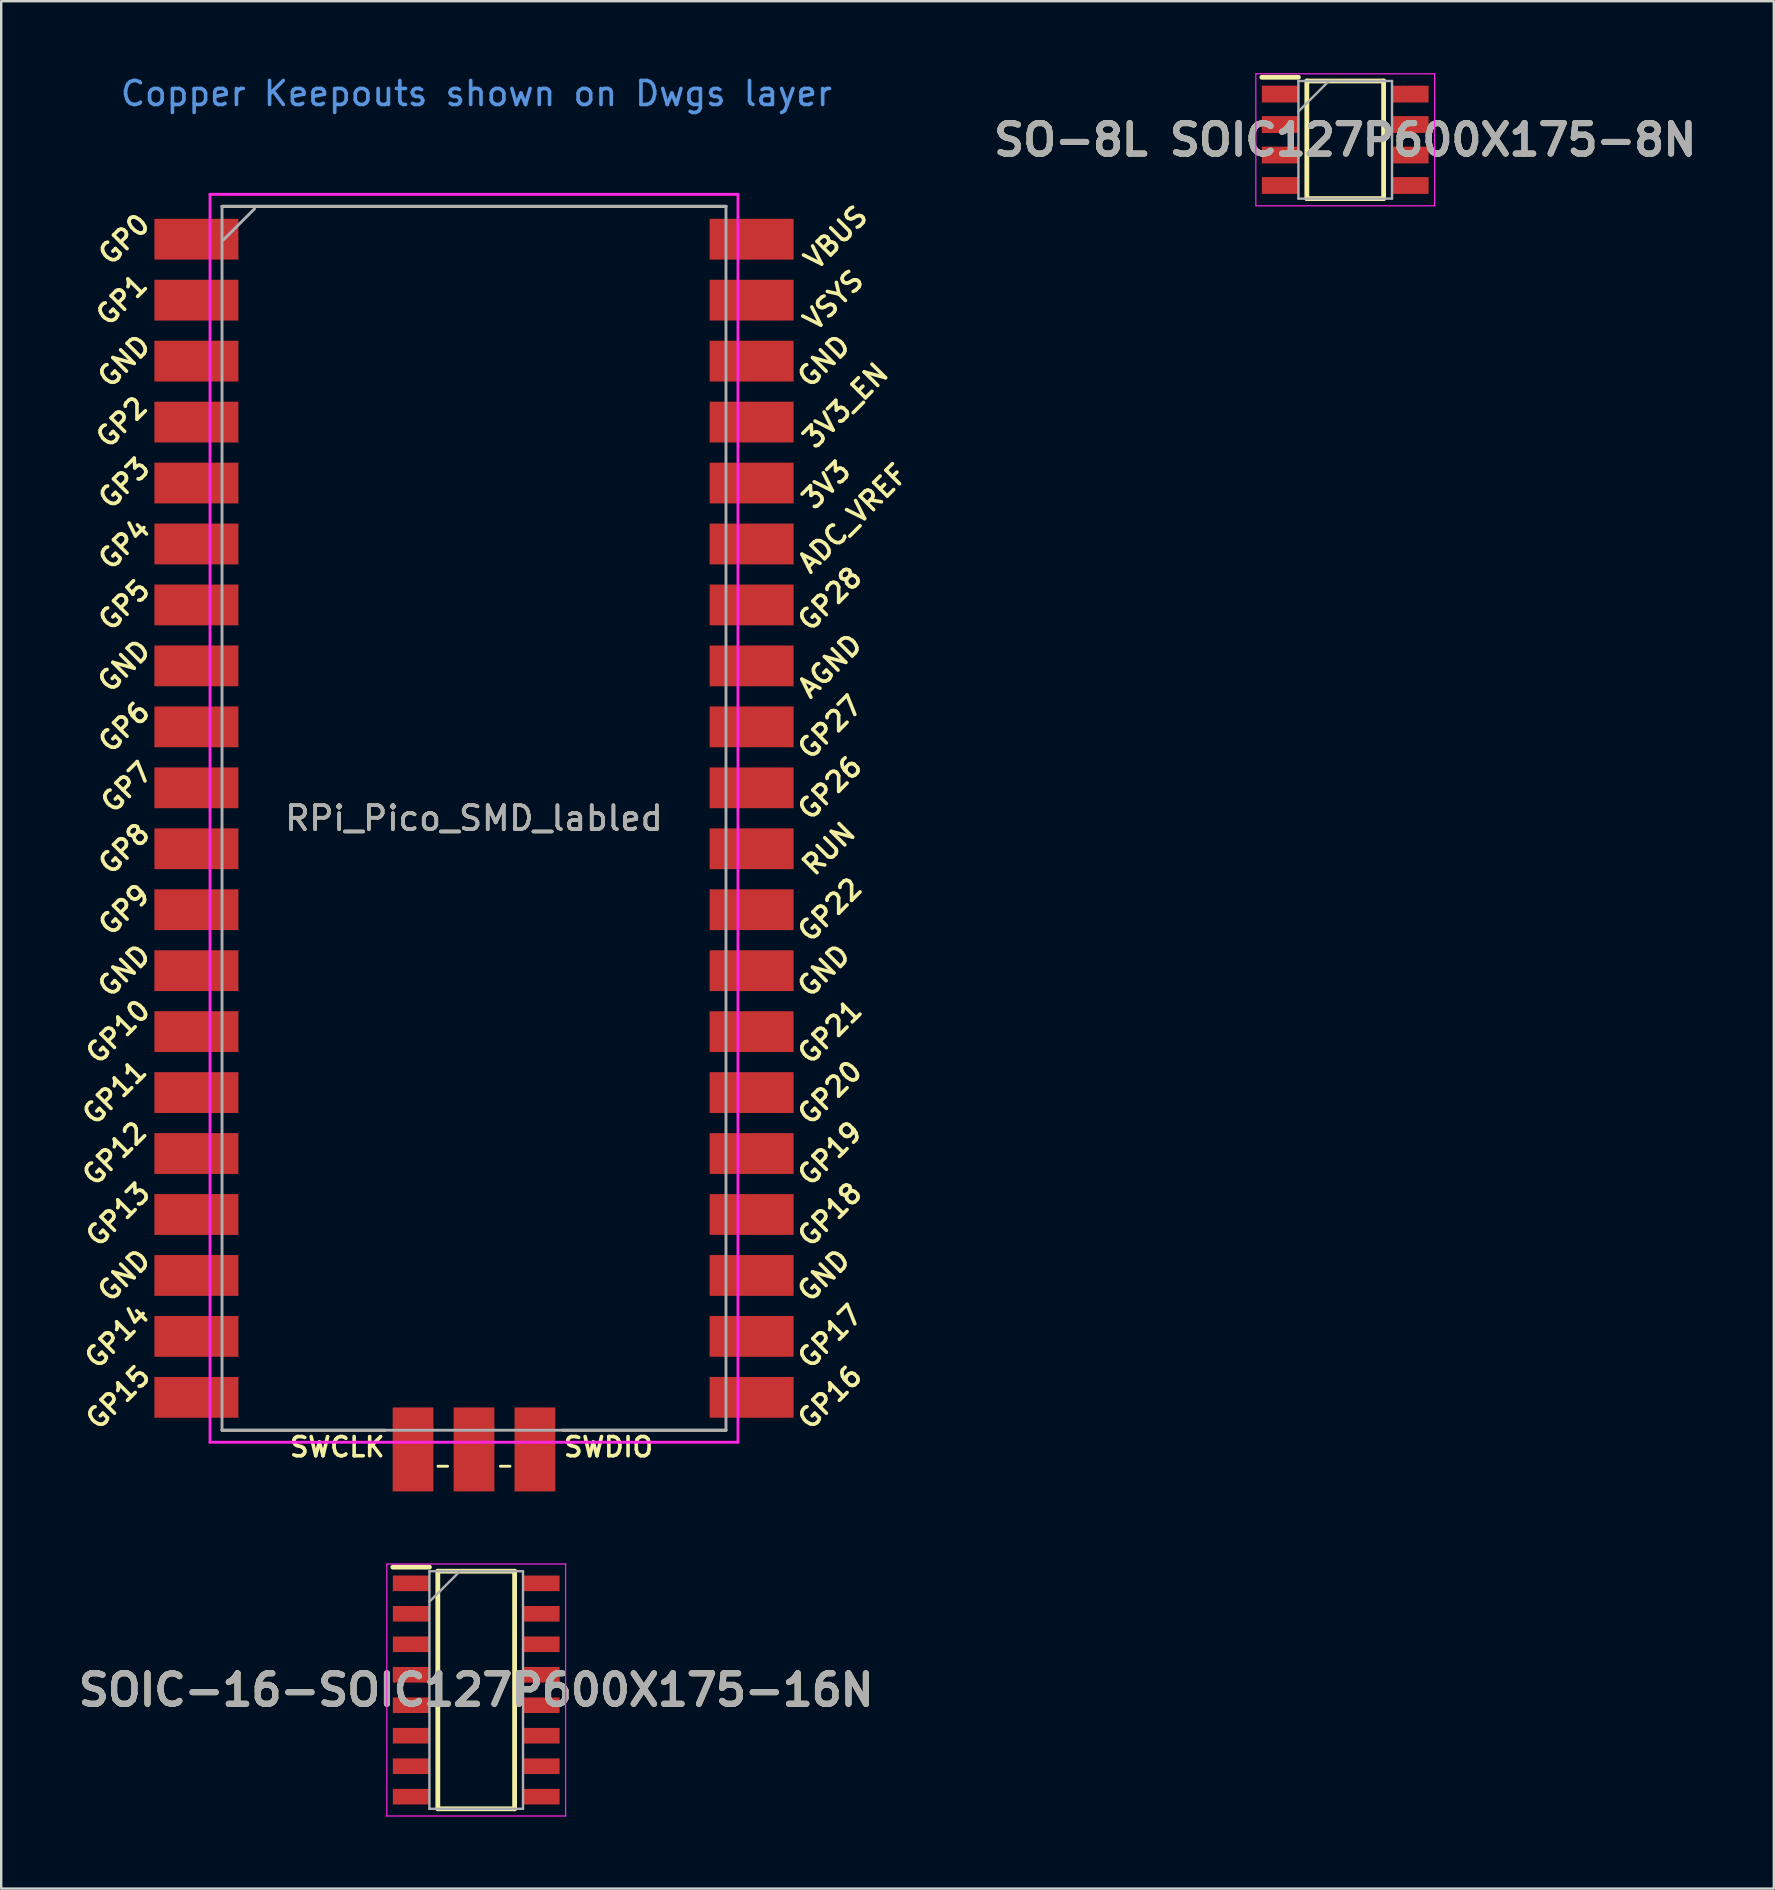
<source format=kicad_pcb>
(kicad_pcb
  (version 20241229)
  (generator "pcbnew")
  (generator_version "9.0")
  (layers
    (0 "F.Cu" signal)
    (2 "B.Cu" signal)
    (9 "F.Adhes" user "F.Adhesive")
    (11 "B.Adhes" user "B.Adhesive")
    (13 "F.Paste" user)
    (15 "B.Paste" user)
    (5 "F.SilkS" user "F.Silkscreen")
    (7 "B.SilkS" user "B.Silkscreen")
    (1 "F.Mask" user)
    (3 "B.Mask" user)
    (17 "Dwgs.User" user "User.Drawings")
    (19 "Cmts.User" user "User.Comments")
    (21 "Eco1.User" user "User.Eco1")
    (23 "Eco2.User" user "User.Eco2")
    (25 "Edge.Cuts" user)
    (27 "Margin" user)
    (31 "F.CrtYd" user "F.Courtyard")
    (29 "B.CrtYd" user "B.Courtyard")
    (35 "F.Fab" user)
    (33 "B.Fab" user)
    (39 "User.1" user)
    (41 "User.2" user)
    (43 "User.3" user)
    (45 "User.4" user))
  (footprint "SO-8L SOIC127P600X175-8N"
    (layer "F.Cu")
    (at 53.006 2.775)
    (property "Reference" "SO-8L SOIC127P600X175-8N" (at 0 0 0) (layer "F.SilkS") (effects (font (size 1.27 1.27) (thickness 0.254))))
    (attr smd)
    (fp_line (start -3.475 -2.605) (end -1.95 -2.605) (stroke (width 0.2) (type solid)) (layer "F.SilkS"))
    (fp_line (start -1.6 -2.45) (end 1.6 -2.45) (stroke (width 0.2) (type solid)) (layer "F.SilkS"))
    (fp_line (start -1.6 2.45) (end -1.6 -2.45) (stroke (width 0.2) (type solid)) (layer "F.SilkS"))
    (fp_line (start 1.6 -2.45) (end 1.6 2.45) (stroke (width 0.2) (type solid)) (layer "F.SilkS"))
    (fp_line (start 1.6 2.45) (end -1.6 2.45) (stroke (width 0.2) (type solid)) (layer "F.SilkS"))
    (fp_line (start -3.725 -2.75) (end 3.725 -2.75) (stroke (width 0.05) (type solid)) (layer "F.CrtYd"))
    (fp_line (start -3.725 2.75) (end -3.725 -2.75) (stroke (width 0.05) (type solid)) (layer "F.CrtYd"))
    (fp_line (start 3.725 -2.75) (end 3.725 2.75) (stroke (width 0.05) (type solid)) (layer "F.CrtYd"))
    (fp_line (start 3.725 2.75) (end -3.725 2.75) (stroke (width 0.05) (type solid)) (layer "F.CrtYd"))
    (fp_line (start -1.95 -2.45) (end 1.95 -2.45) (stroke (width 0.1) (type solid)) (layer "F.Fab"))
    (fp_line (start -1.95 -1.18) (end -0.68 -2.45) (stroke (width 0.1) (type solid)) (layer "F.Fab"))
    (fp_line (start -1.95 2.45) (end -1.95 -2.45) (stroke (width 0.1) (type solid)) (layer "F.Fab"))
    (fp_line (start 1.95 -2.45) (end 1.95 2.45) (stroke (width 0.1) (type solid)) (layer "F.Fab"))
    (fp_line (start 1.95 2.45) (end -1.95 2.45) (stroke (width 0.1) (type solid)) (layer "F.Fab"))
    (fp_text user "${REFERENCE}" (at 0 0 0) (layer "F.Fab") (effects (font (size 1.27 1.27) (thickness 0.254))))
    (pad "1" smd rect (at -2.712 -1.905 90) (size 0.7 1.525) (layers "F.Cu" "F.Mask" "F.Paste"))
    (pad "2" smd rect (at -2.712 -0.635 90) (size 0.7 1.525) (layers "F.Cu" "F.Mask" "F.Paste"))
    (pad "3" smd rect (at -2.712 0.635 90) (size 0.7 1.525) (layers "F.Cu" "F.Mask" "F.Paste"))
    (pad "4" smd rect (at -2.712 1.905 90) (size 0.7 1.525) (layers "F.Cu" "F.Mask" "F.Paste"))
    (pad "5" smd rect (at 2.712 1.905 90) (size 0.7 1.525) (layers "F.Cu" "F.Mask" "F.Paste"))
    (pad "6" smd rect (at 2.712 0.635 90) (size 0.7 1.525) (layers "F.Cu" "F.Mask" "F.Paste"))
    (pad "7" smd rect (at 2.712 -0.635 90) (size 0.7 1.525) (layers "F.Cu" "F.Mask" "F.Paste"))
    (pad "8" smd rect (at 2.712 -1.905 90) (size 0.7 1.525) (layers "F.Cu" "F.Mask" "F.Paste")))
  (footprint "RPi_Pico_SMD_labled"
    (layer "F.Cu")
    (at 16.702 31.048)
    (property "Reference" "RPi_Pico_SMD_labled" (at 0 0 180) (layer "F.SilkS") (effects (font (size 1 1) (thickness 0.15))))
    (attr smd)
    (fp_line (start -10.5 -25.5) (end 10.5 -25.5) (stroke (width 0.12) (type solid)) (layer "F.SilkS"))
    (fp_line (start -3.7 25.5) (end -10.5 25.5) (stroke (width 0.12) (type solid)) (layer "F.SilkS"))
    (fp_line (start -1.5 27) (end -1.1 27) (stroke (width 0.12) (type solid)) (layer "F.SilkS"))
    (fp_line (start 1.1 27) (end 1.5 27) (stroke (width 0.12) (type solid)) (layer "F.SilkS"))
    (fp_line (start 10.5 25.5) (end 3.7 25.5) (stroke (width 0.12) (type solid)) (layer "F.SilkS"))
    (fp_line (start -11 -26) (end 11 -26) (stroke (width 0.12) (type solid)) (layer "F.CrtYd"))
    (fp_line (start -11 26) (end -11 -26) (stroke (width 0.12) (type solid)) (layer "F.CrtYd"))
    (fp_line (start 11 -26) (end 11 26) (stroke (width 0.12) (type solid)) (layer "F.CrtYd"))
    (fp_line (start 11 26) (end -11 26) (stroke (width 0.12) (type solid)) (layer "F.CrtYd"))
    (fp_line (start -10.5 -25.5) (end 10.5 -25.5) (stroke (width 0.12) (type solid)) (layer "F.Fab"))
    (fp_line (start -10.5 25.5) (end -10.5 -25.5) (stroke (width 0.12) (type solid)) (layer "F.Fab"))
    (fp_line (start -10.444 -24.1) (end -9.144 -25.4) (stroke (width 0.12) (type solid)) (layer "F.Fab"))
    (fp_line (start 10.5 -25.5) (end 10.5 25.5) (stroke (width 0.12) (type solid)) (layer "F.Fab"))
    (fp_line (start 10.5 25.5) (end -10.5 25.5) (stroke (width 0.12) (type solid)) (layer "F.Fab"))
    (fp_text user "VSYS" (at 14.978 -21.59 225) (layer "F.SilkS") (effects (font (size 0.8 0.8) (thickness 0.15))))
    (fp_text user "3V3" (at 14.678 -13.9 225) (layer "F.SilkS") (effects (font (size 0.8 0.8) (thickness 0.15))))
    (fp_text user "GP12" (at -14.978 13.97 225) (layer "F.SilkS") (effects (font (size 0.8 0.8) (thickness 0.15))))
    (fp_text user "ADC_VREF" (at 15.778 -12.5 225) (layer "F.SilkS") (effects (font (size 0.8 0.8) (thickness 0.15))))
    (fp_text user "GP0" (at -14.578 -24.13 225) (layer "F.SilkS") (effects (font (size 0.8 0.8) (thickness 0.15))))
    (fp_text user "VBUS" (at 15.078 -24.2 225) (layer "F.SilkS") (effects (font (size 0.8 0.8) (thickness 0.15))))
    (fp_text user "GP5" (at -14.578 -8.89 225) (layer "F.SilkS") (effects (font (size 0.8 0.8) (thickness 0.15))))
    (fp_text user "GP14" (at -14.878 21.59 225) (layer "F.SilkS") (effects (font (size 0.8 0.8) (thickness 0.15))))
    (fp_text user "GP20" (at 14.832 11.43 225) (layer "F.SilkS") (effects (font (size 0.8 0.8) (thickness 0.15))))
    (fp_text user "GP21" (at 14.832 8.9 225) (layer "F.SilkS") (effects (font (size 0.8 0.8) (thickness 0.15))))
    (fp_text user "GND" (at -14.578 -6.35 225) (layer "F.SilkS") (effects (font (size 0.8 0.8) (thickness 0.15))))
    (fp_text user "GP7" (at -14.478 -1.3 225) (layer "F.SilkS") (effects (font (size 0.8 0.8) (thickness 0.15))))
    (fp_text user "GND" (at -14.578 6.35 225) (layer "F.SilkS") (effects (font (size 0.8 0.8) (thickness 0.15))))
    (fp_text user "GND" (at -14.578 19.05 225) (layer "F.SilkS") (effects (font (size 0.8 0.8) (thickness 0.15))))
    (fp_text user "GP10" (at -14.832 8.89 225) (layer "F.SilkS") (effects (font (size 0.8 0.8) (thickness 0.15))))
    (fp_text user "GP11" (at -14.978 11.43 225) (layer "F.SilkS") (effects (font (size 0.8 0.8) (thickness 0.15))))
    (fp_text user "GP3" (at -14.578 -13.97 225) (layer "F.SilkS") (effects (font (size 0.8 0.8) (thickness 0.15))))
    (fp_text user "GP26" (at 14.832 -1.27 225) (layer "F.SilkS") (effects (font (size 0.8 0.8) (thickness 0.15))))
    (fp_text user "GP13" (at -14.832 16.51 225) (layer "F.SilkS") (effects (font (size 0.8 0.8) (thickness 0.15))))
    (fp_text user "GND" (at -14.578 -19.05 225) (layer "F.SilkS") (effects (font (size 0.8 0.8) (thickness 0.15))))
    (fp_text user "GP8" (at -14.578 1.27 225) (layer "F.SilkS") (effects (font (size 0.8 0.8) (thickness 0.15))))
    (fp_text user "GP4" (at -14.578 -11.43 225) (layer "F.SilkS") (effects (font (size 0.8 0.8) (thickness 0.15))))
    (fp_text user "GP18" (at 14.832 16.51 225) (layer "F.SilkS") (effects (font (size 0.8 0.8) (thickness 0.15))))
    (fp_text user "GP16" (at 14.832 24.13 225) (layer "F.SilkS") (effects (font (size 0.8 0.8) (thickness 0.15))))
    (fp_text user "GND" (at 14.578 6.35 225) (layer "F.SilkS") (effects (font (size 0.8 0.8) (thickness 0.15))))
    (fp_text user "GP27" (at 14.832 -3.8 225) (layer "F.SilkS") (effects (font (size 0.8 0.8) (thickness 0.15))))
    (fp_text user "SWCLK" (at -5.7 26.2 180) (layer "F.SilkS") (effects (font (size 0.8 0.8) (thickness 0.15))))
    (fp_text user "GP17" (at 14.832 21.59 225) (layer "F.SilkS") (effects (font (size 0.8 0.8) (thickness 0.15))))
    (fp_text user "GP9" (at -14.578 3.81 225) (layer "F.SilkS") (effects (font (size 0.8 0.8) (thickness 0.15))))
    (fp_text user "GP28" (at 14.832 -9.144 225) (layer "F.SilkS") (effects (font (size 0.8 0.8) (thickness 0.15))))
    (fp_text user "SWDIO" (at 5.6 26.2 180) (layer "F.SilkS") (effects (font (size 0.8 0.8) (thickness 0.15))))
    (fp_text user "AGND" (at 14.832 -6.35 225) (layer "F.SilkS") (effects (font (size 0.8 0.8) (thickness 0.15))))
    (fp_text user "GP1" (at -14.678 -21.6 225) (layer "F.SilkS") (effects (font (size 0.8 0.8) (thickness 0.15))))
    (fp_text user "GP2" (at -14.678 -16.51 225) (layer "F.SilkS") (effects (font (size 0.8 0.8) (thickness 0.15))))
    (fp_text user "GND" (at 14.578 19.05 225) (layer "F.SilkS") (effects (font (size 0.8 0.8) (thickness 0.15))))
    (fp_text user "GP6" (at -14.578 -3.81 225) (layer "F.SilkS") (effects (font (size 0.8 0.8) (thickness 0.15))))
    (fp_text user "RUN" (at 14.778 1.27 225) (layer "F.SilkS") (effects (font (size 0.8 0.8) (thickness 0.15))))
    (fp_text user "GP15" (at -14.832 24.13 225) (layer "F.SilkS") (effects (font (size 0.8 0.8) (thickness 0.15))))
    (fp_text user "3V3_EN" (at 15.478 -17.2 225) (layer "F.SilkS") (effects (font (size 0.8 0.8) (thickness 0.15))))
    (fp_text user "GND" (at 14.578 -19.05 225) (layer "F.SilkS") (effects (font (size 0.8 0.8) (thickness 0.15))))
    (fp_text user "GP22" (at 14.832 3.81 225) (layer "F.SilkS") (effects (font (size 0.8 0.8) (thickness 0.15))))
    (fp_text user "GP19" (at 14.832 13.97 225) (layer "F.SilkS") (effects (font (size 0.8 0.8) (thickness 0.15))))
    (fp_text user "Copper Keepouts shown on Dwgs layer" (at 0.1 -30.2 180) (layer "Cmts.User") (effects (font (size 1 1) (thickness 0.15))))
    (fp_text user "${REFERENCE}" (at 0 0 180) (layer "F.Fab") (effects (font (size 1 1) (thickness 0.15))))
    (pad "1" smd rect (at -10.668 -24.13) (size 3.5 1.7) (drill (offset -0.9 0)) (layers "F.Cu" "F.Mask"))
    (pad "2" smd rect (at -10.668 -21.59) (size 3.5 1.7) (drill (offset -0.9 0)) (layers "F.Cu" "F.Mask"))
    (pad "3" smd rect (at -10.668 -19.05) (size 3.5 1.7) (drill (offset -0.9 0)) (layers "F.Cu" "F.Mask"))
    (pad "4" smd rect (at -10.668 -16.51) (size 3.5 1.7) (drill (offset -0.9 0)) (layers "F.Cu" "F.Mask"))
    (pad "5" smd rect (at -10.668 -13.97) (size 3.5 1.7) (drill (offset -0.9 0)) (layers "F.Cu" "F.Mask"))
    (pad "6" smd rect (at -10.668 -11.43) (size 3.5 1.7) (drill (offset -0.9 0)) (layers "F.Cu" "F.Mask"))
    (pad "7" smd rect (at -10.668 -8.89) (size 3.5 1.7) (drill (offset -0.9 0)) (layers "F.Cu" "F.Mask"))
    (pad "8" smd rect (at -10.668 -6.35) (size 3.5 1.7) (drill (offset -0.9 0)) (layers "F.Cu" "F.Mask"))
    (pad "9" smd rect (at -10.668 -3.81) (size 3.5 1.7) (drill (offset -0.9 0)) (layers "F.Cu" "F.Mask"))
    (pad "10" smd rect (at -10.668 -1.27) (size 3.5 1.7) (drill (offset -0.9 0)) (layers "F.Cu" "F.Mask"))
    (pad "11" smd rect (at -10.668 1.27) (size 3.5 1.7) (drill (offset -0.9 0)) (layers "F.Cu" "F.Mask"))
    (pad "12" smd rect (at -10.668 3.81) (size 3.5 1.7) (drill (offset -0.9 0)) (layers "F.Cu" "F.Mask"))
    (pad "13" smd rect (at -10.668 6.35) (size 3.5 1.7) (drill (offset -0.9 0)) (layers "F.Cu" "F.Mask"))
    (pad "14" smd rect (at -10.668 8.89) (size 3.5 1.7) (drill (offset -0.9 0)) (layers "F.Cu" "F.Mask"))
    (pad "15" smd rect (at -10.668 11.43) (size 3.5 1.7) (drill (offset -0.9 0)) (layers "F.Cu" "F.Mask"))
    (pad "16" smd rect (at -10.668 13.97) (size 3.5 1.7) (drill (offset -0.9 0)) (layers "F.Cu" "F.Mask"))
    (pad "17" smd rect (at -10.668 16.51) (size 3.5 1.7) (drill (offset -0.9 0)) (layers "F.Cu" "F.Mask"))
    (pad "18" smd rect (at -10.668 19.05) (size 3.5 1.7) (drill (offset -0.9 0)) (layers "F.Cu" "F.Mask"))
    (pad "19" smd rect (at -10.668 21.59) (size 3.5 1.7) (drill (offset -0.9 0)) (layers "F.Cu" "F.Mask"))
    (pad "20" smd rect (at -10.668 24.13) (size 3.5 1.7) (drill (offset -0.9 0)) (layers "F.Cu" "F.Mask"))
    (pad "21" smd rect (at 10.668 24.13) (size 3.5 1.7) (drill (offset 0.9 0)) (layers "F.Cu" "F.Mask"))
    (pad "22" smd rect (at 10.668 21.59) (size 3.5 1.7) (drill (offset 0.9 0)) (layers "F.Cu" "F.Mask"))
    (pad "23" smd rect (at 10.668 19.05) (size 3.5 1.7) (drill (offset 0.9 0)) (layers "F.Cu" "F.Mask"))
    (pad "24" smd rect (at 10.668 16.51) (size 3.5 1.7) (drill (offset 0.9 0)) (layers "F.Cu" "F.Mask"))
    (pad "25" smd rect (at 10.668 13.97) (size 3.5 1.7) (drill (offset 0.9 0)) (layers "F.Cu" "F.Mask"))
    (pad "26" smd rect (at 10.668 11.43) (size 3.5 1.7) (drill (offset 0.9 0)) (layers "F.Cu" "F.Mask"))
    (pad "27" smd rect (at 10.668 8.89) (size 3.5 1.7) (drill (offset 0.9 0)) (layers "F.Cu" "F.Mask"))
    (pad "28" smd rect (at 10.668 6.35) (size 3.5 1.7) (drill (offset 0.9 0)) (layers "F.Cu" "F.Mask"))
    (pad "29" smd rect (at 10.668 3.81) (size 3.5 1.7) (drill (offset 0.9 0)) (layers "F.Cu" "F.Mask"))
    (pad "30" smd rect (at 10.668 1.27) (size 3.5 1.7) (drill (offset 0.9 0)) (layers "F.Cu" "F.Mask"))
    (pad "31" smd rect (at 10.668 -1.27) (size 3.5 1.7) (drill (offset 0.9 0)) (layers "F.Cu" "F.Mask"))
    (pad "32" smd rect (at 10.668 -3.81) (size 3.5 1.7) (drill (offset 0.9 0)) (layers "F.Cu" "F.Mask"))
    (pad "33" smd rect (at 10.668 -6.35) (size 3.5 1.7) (drill (offset 0.9 0)) (layers "F.Cu" "F.Mask"))
    (pad "34" smd rect (at 10.668 -8.89) (size 3.5 1.7) (drill (offset 0.9 0)) (layers "F.Cu" "F.Mask"))
    (pad "35" smd rect (at 10.668 -11.43) (size 3.5 1.7) (drill (offset 0.9 0)) (layers "F.Cu" "F.Mask"))
    (pad "36" smd rect (at 10.668 -13.97) (size 3.5 1.7) (drill (offset 0.9 0)) (layers "F.Cu" "F.Mask"))
    (pad "37" smd rect (at 10.668 -16.51) (size 3.5 1.7) (drill (offset 0.9 0)) (layers "F.Cu" "F.Mask"))
    (pad "38" smd rect (at 10.668 -19.05) (size 3.5 1.7) (drill (offset 0.9 0)) (layers "F.Cu" "F.Mask"))
    (pad "39" smd rect (at 10.668 -21.59) (size 3.5 1.7) (drill (offset 0.9 0)) (layers "F.Cu" "F.Mask"))
    (pad "40" smd rect (at 10.668 -24.13) (size 3.5 1.7) (drill (offset 0.9 0)) (layers "F.Cu" "F.Mask"))
    (pad "41" smd rect (at -2.54 25.4 90) (size 3.5 1.7) (drill (offset -0.9 0)) (layers "F.Cu" "F.Mask"))
    (pad "42" smd rect (at 0 25.4 90) (size 3.5 1.7) (drill (offset -0.9 0)) (layers "F.Cu" "F.Mask"))
    (pad "43" smd rect (at 2.54 25.4 90) (size 3.5 1.7) (drill (offset -0.9 0)) (layers "F.Cu" "F.Mask")))
  (footprint "SOIC-16-SOIC127P600X175-16N"
    (layer "F.Cu")
    (at 16.794 67.373)
    (property "Reference" "SOIC-16-SOIC127P600X175-16N" (at 0 0 0) (layer "F.SilkS") (effects (font (size 1.27 1.27) (thickness 0.254))))
    (attr smd)
    (fp_line (start -3.475 -5.12) (end -1.95 -5.12) (stroke (width 0.2) (type solid)) (layer "F.SilkS"))
    (fp_line (start -1.6 -4.95) (end 1.6 -4.95) (stroke (width 0.2) (type solid)) (layer "F.SilkS"))
    (fp_line (start -1.6 4.95) (end -1.6 -4.95) (stroke (width 0.2) (type solid)) (layer "F.SilkS"))
    (fp_line (start 1.6 -4.95) (end 1.6 4.95) (stroke (width 0.2) (type solid)) (layer "F.SilkS"))
    (fp_line (start 1.6 4.95) (end -1.6 4.95) (stroke (width 0.2) (type solid)) (layer "F.SilkS"))
    (fp_line (start -3.725 -5.25) (end 3.725 -5.25) (stroke (width 0.05) (type solid)) (layer "F.CrtYd"))
    (fp_line (start -3.725 5.25) (end -3.725 -5.25) (stroke (width 0.05) (type solid)) (layer "F.CrtYd"))
    (fp_line (start 3.725 -5.25) (end 3.725 5.25) (stroke (width 0.05) (type solid)) (layer "F.CrtYd"))
    (fp_line (start 3.725 5.25) (end -3.725 5.25) (stroke (width 0.05) (type solid)) (layer "F.CrtYd"))
    (fp_line (start -1.95 -4.95) (end 1.95 -4.95) (stroke (width 0.1) (type solid)) (layer "F.Fab"))
    (fp_line (start -1.95 -3.68) (end -0.68 -4.95) (stroke (width 0.1) (type solid)) (layer "F.Fab"))
    (fp_line (start -1.95 4.95) (end -1.95 -4.95) (stroke (width 0.1) (type solid)) (layer "F.Fab"))
    (fp_line (start 1.95 -4.95) (end 1.95 4.95) (stroke (width 0.1) (type solid)) (layer "F.Fab"))
    (fp_line (start 1.95 4.95) (end -1.95 4.95) (stroke (width 0.1) (type solid)) (layer "F.Fab"))
    (fp_text user "${REFERENCE}" (at 0 0 0) (layer "F.Fab") (effects (font (size 1.27 1.27) (thickness 0.254))))
    (pad "1" smd rect (at -2.712 -4.445 90) (size 0.65 1.525) (layers "F.Cu" "F.Mask" "F.Paste"))
    (pad "2" smd rect (at -2.712 -3.175 90) (size 0.65 1.525) (layers "F.Cu" "F.Mask" "F.Paste"))
    (pad "3" smd rect (at -2.712 -1.905 90) (size 0.65 1.525) (layers "F.Cu" "F.Mask" "F.Paste"))
    (pad "4" smd rect (at -2.712 -0.635 90) (size 0.65 1.525) (layers "F.Cu" "F.Mask" "F.Paste"))
    (pad "5" smd rect (at -2.712 0.635 90) (size 0.65 1.525) (layers "F.Cu" "F.Mask" "F.Paste"))
    (pad "6" smd rect (at -2.712 1.905 90) (size 0.65 1.525) (layers "F.Cu" "F.Mask" "F.Paste"))
    (pad "7" smd rect (at -2.712 3.175 90) (size 0.65 1.525) (layers "F.Cu" "F.Mask" "F.Paste"))
    (pad "8" smd rect (at -2.712 4.445 90) (size 0.65 1.525) (layers "F.Cu" "F.Mask" "F.Paste"))
    (pad "9" smd rect (at 2.712 4.445 90) (size 0.65 1.525) (layers "F.Cu" "F.Mask" "F.Paste"))
    (pad "10" smd rect (at 2.712 3.175 90) (size 0.65 1.525) (layers "F.Cu" "F.Mask" "F.Paste"))
    (pad "11" smd rect (at 2.712 1.905 90) (size 0.65 1.525) (layers "F.Cu" "F.Mask" "F.Paste"))
    (pad "12" smd rect (at 2.712 0.635 90) (size 0.65 1.525) (layers "F.Cu" "F.Mask" "F.Paste"))
    (pad "13" smd rect (at 2.712 -0.635 90) (size 0.65 1.525) (layers "F.Cu" "F.Mask" "F.Paste"))
    (pad "14" smd rect (at 2.712 -1.905 90) (size 0.65 1.525) (layers "F.Cu" "F.Mask" "F.Paste"))
    (pad "15" smd rect (at 2.712 -3.175 90) (size 0.65 1.525) (layers "F.Cu" "F.Mask" "F.Paste"))
    (pad "16" smd rect (at 2.712 -4.445 90) (size 0.65 1.525) (layers "F.Cu" "F.Mask" "F.Paste")))
  (gr_rect
    (start -3 -3)
    (end 70.865 75.648)
    (stroke (width 0.1) (type default))
    (fill no)
    (layer "Edge.Cuts")))
</source>
